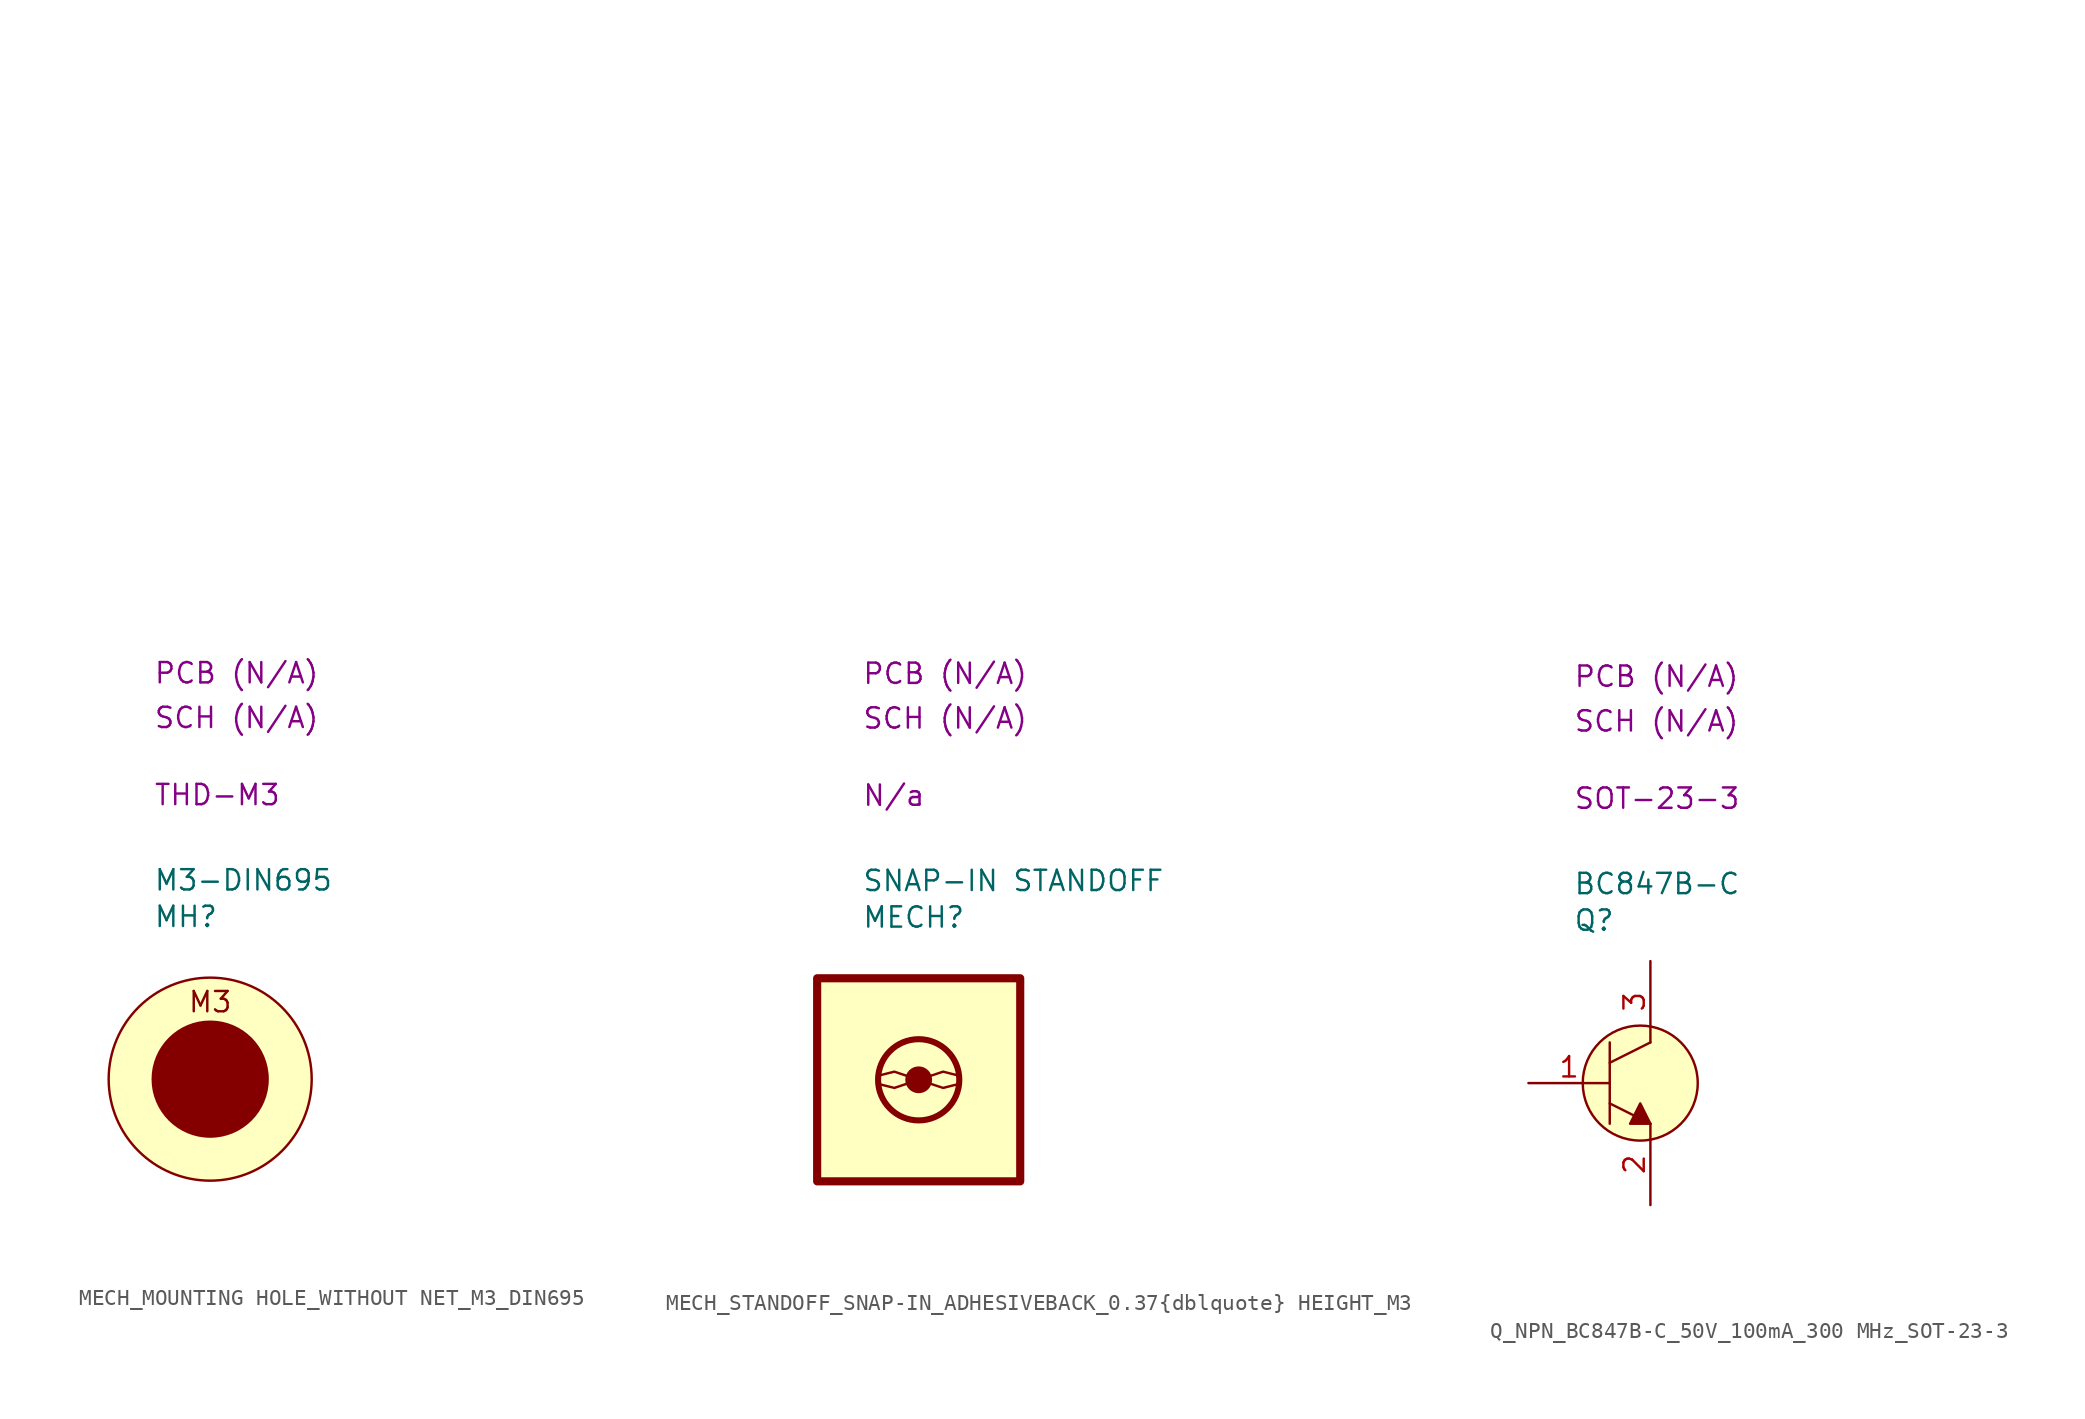
<source format=kicad_sym>
(kicad_symbol_lib
  (version 20231120)
  (generator "kicad_symbol_editor")
  (generator_version "8.0")
  (symbol "MECH_MOUNTING HOLE_WITHOUT NET_M3_DIN695"
    (property "Reference" "MH"
      (at 2.794 3.81 0)
      (effects (font (size 1.27 1.27)) (justify left)))
    (property "Value" "M3-DIN695"
      (at 2.794 6.096 0)
      (effects (font (size 1.27 1.27)) (justify left)))
    (property "Package" "THD-M3"
      (at 2.794 11.43 0)
      (effects (font (size 1.27 1.27)) (justify left)))
    (property "SCH CHECK" "SCH (N/A)"
      (at 2.794 16.256 0)
      (effects (font (size 1.27 1.27)) (justify left)))
    (property "PCB CHECk" "PCB (N/A)"
      (at 2.794 19.05 0)
      (effects (font (size 1.27 1.27)) (justify left)))
    (symbol "MECH_MOUNTING HOLE_WITHOUT NET_M3_DIN695_0_1"
      (polyline private (pts (xy 2.54 2.54) (xy 27.94 2.54)) (stroke (width 0) (type default)) (fill (type none)))
      (polyline private (pts (xy 2.54 5.08) (xy 27.94 5.08)) (stroke (width 0) (type default)) (fill (type none)))
      (polyline private (pts (xy 2.54 7.62) (xy 27.94 7.62)) (stroke (width 0) (type default)) (fill (type none)))
      (polyline private (pts (xy 2.54 10.16) (xy 27.94 10.16)) (stroke (width 0) (type default)) (fill (type none)))
      (polyline private (pts (xy 2.54 12.7) (xy 27.94 12.7)) (stroke (width 0) (type default)) (fill (type none)))
      (polyline private (pts (xy 2.54 15.24) (xy 27.94 15.24)) (stroke (width 0) (type default)) (fill (type none)))
      (polyline private (pts (xy 2.54 17.78) (xy 27.94 17.78)) (stroke (width 0) (type default)) (fill (type none)))
      (polyline private (pts (xy 2.54 20.32) (xy 27.94 20.32)) (stroke (width 0) (type default)) (fill (type none)))
      (polyline private (pts (xy 2.54 22.86) (xy 27.94 22.86)) (stroke (width 0) (type default)) (fill (type none)))
      (polyline private (pts (xy 2.54 25.4) (xy 27.94 25.4)) (stroke (width 0) (type default)) (fill (type none)))
      (polyline private (pts (xy 2.54 27.94) (xy 27.94 27.94)) (stroke (width 0) (type default)) (fill (type none)))
      (polyline private (pts (xy 2.54 30.48) (xy 27.94 30.48)) (stroke (width 0) (type default)) (fill (type none)))
      (polyline private (pts (xy 2.54 33.02) (xy 27.94 33.02)) (stroke (width 0) (type default)) (fill (type none)))
      (polyline private (pts (xy 2.54 35.56) (xy 27.94 35.56)) (stroke (width 0) (type default)) (fill (type none)))
      (polyline private (pts (xy 2.54 38.1) (xy 27.94 38.1)) (stroke (width 0) (type default)) (fill (type none)))
      (polyline private (pts (xy 2.54 40.64) (xy 27.94 40.64)) (stroke (width 0) (type default)) (fill (type none)))
      (polyline private (pts (xy 2.54 43.18) (xy 27.94 43.18)) (stroke (width 0) (type default)) (fill (type none)))
      (polyline private (pts (xy 2.54 45.72) (xy 27.94 45.72)) (stroke (width 0) (type default)) (fill (type none)))
      (polyline private (pts (xy 2.54 48.26) (xy 27.94 48.26)) (stroke (width 0) (type default)) (fill (type none)))
      (polyline private (pts (xy 2.54 50.8) (xy 27.94 50.8)) (stroke (width 0) (type default)) (fill (type none))))
    (symbol "MECH_MOUNTING HOLE_WITHOUT NET_M3_DIN695_1_1"
      (circle (center 6.35 -6.35) (radius 3.592) (stroke (width 0) (type default)) (fill (type outline)))
      (circle (center 6.35 -6.35) (radius 6.35) (stroke (width 0) (type default)) (fill (type background)))
      (text "M3" (at 6.35 -1.524 0) (effects (font (size 1.27 1.27))))))
  (symbol "MECH_STANDOFF_SNAP-IN_ADHESIVEBACK_0.37{dblquote} HEIGHT_M3"
    (property "Reference" "MECH"
      (at 2.794 3.81 0)
      (effects (font (size 1.27 1.27)) (justify left)))
    (property "Value" "SNAP-IN STANDOFF"
      (at 2.794 6.096 0)
      (effects (font (size 1.27 1.27)) (justify left)))
    (property "Package" "N/a"
      (at 2.794 11.43 0)
      (effects (font (size 1.27 1.27)) (justify left)))
    (property "SCH CHECK" "SCH (N/A)"
      (at 2.794 16.256 0)
      (effects (font (size 1.27 1.27)) (justify left)))
    (property "PCB CHECk" "PCB (N/A)"
      (at 2.794 19.05 0)
      (effects (font (size 1.27 1.27)) (justify left)))
    (symbol "MECH_STANDOFF_SNAP-IN_ADHESIVEBACK_0.37{dblquote} HEIGHT_M3_0_1"
      (polyline private (pts (xy 2.54 2.54) (xy 27.94 2.54)) (stroke (width 0) (type default)) (fill (type none)))
      (polyline private (pts (xy 2.54 5.08) (xy 27.94 5.08)) (stroke (width 0) (type default)) (fill (type none)))
      (polyline private (pts (xy 2.54 7.62) (xy 27.94 7.62)) (stroke (width 0) (type default)) (fill (type none)))
      (polyline private (pts (xy 2.54 10.16) (xy 27.94 10.16)) (stroke (width 0) (type default)) (fill (type none)))
      (polyline private (pts (xy 2.54 12.7) (xy 27.94 12.7)) (stroke (width 0) (type default)) (fill (type none)))
      (polyline private (pts (xy 2.54 15.24) (xy 27.94 15.24)) (stroke (width 0) (type default)) (fill (type none)))
      (polyline private (pts (xy 2.54 17.78) (xy 27.94 17.78)) (stroke (width 0) (type default)) (fill (type none)))
      (polyline private (pts (xy 2.54 20.32) (xy 27.94 20.32)) (stroke (width 0) (type default)) (fill (type none)))
      (polyline private (pts (xy 2.54 22.86) (xy 27.94 22.86)) (stroke (width 0) (type default)) (fill (type none)))
      (polyline private (pts (xy 2.54 25.4) (xy 27.94 25.4)) (stroke (width 0) (type default)) (fill (type none)))
      (polyline private (pts (xy 2.54 27.94) (xy 27.94 27.94)) (stroke (width 0) (type default)) (fill (type none)))
      (polyline private (pts (xy 2.54 30.48) (xy 27.94 30.48)) (stroke (width 0) (type default)) (fill (type none)))
      (polyline private (pts (xy 2.54 33.02) (xy 27.94 33.02)) (stroke (width 0) (type default)) (fill (type none)))
      (polyline private (pts (xy 2.54 35.56) (xy 27.94 35.56)) (stroke (width 0) (type default)) (fill (type none)))
      (polyline private (pts (xy 2.54 38.1) (xy 27.94 38.1)) (stroke (width 0) (type default)) (fill (type none)))
      (polyline private (pts (xy 2.54 40.64) (xy 27.94 40.64)) (stroke (width 0) (type default)) (fill (type none)))
      (polyline private (pts (xy 2.54 43.18) (xy 27.94 43.18)) (stroke (width 0) (type default)) (fill (type none)))
      (polyline private (pts (xy 2.54 45.72) (xy 27.94 45.72)) (stroke (width 0) (type default)) (fill (type none)))
      (polyline private (pts (xy 2.54 48.26) (xy 27.94 48.26)) (stroke (width 0) (type default)) (fill (type none)))
      (polyline private (pts (xy 2.54 50.8) (xy 27.94 50.8)) (stroke (width 0) (type default)) (fill (type none))))
    (symbol "MECH_STANDOFF_SNAP-IN_ADHESIVEBACK_0.37{dblquote} HEIGHT_M3_1_1"
      (polyline (pts (xy 5.588 -6.604) (xy 4.826 -6.858) (xy 3.81 -6.604)) (stroke (width 0) (type default)) (fill (type none)))
      (polyline (pts (xy 5.588 -6.096) (xy 4.826 -5.842) (xy 3.81 -6.096)) (stroke (width 0) (type default)) (fill (type none)))
      (polyline (pts (xy 7.112 -6.604) (xy 7.874 -6.858) (xy 8.89 -6.604)) (stroke (width 0) (type default)) (fill (type none)))
      (polyline (pts (xy 7.112 -6.096) (xy 7.874 -5.842) (xy 8.89 -6.096)) (stroke (width 0) (type default)) (fill (type none)))
      (rectangle (start 0 0) (end 12.7 -12.7) (stroke (width 0.508) (type default)) (fill (type background)))
      (circle (center 6.35 -6.35) (radius 0.762) (stroke (width 0) (type default)) (fill (type outline)))
      (circle (center 6.35 -6.35) (radius 2.54) (stroke (width 0.381) (type default)) (fill (type none)))))
  (symbol "Q_NPN_BC847B-C_50V_100mA_300 MHz_SOT-23-3"
    (property "Reference" "Q"
      (at 2.794 3.81 0)
      (effects (font (size 1.27 1.27)) (justify left)))
    (property "Value" "BC847B-C"
      (at 2.794 6.096 0)
      (effects (font (size 1.27 1.27)) (justify left)))
    (property "Package" "SOT-23-3"
      (at 2.794 11.43 0)
      (effects (font (size 1.27 1.27)) (justify left)))
    (property "SCH CHECK" "SCH (N/A)"
      (at 2.794 16.256 0)
      (effects (font (size 1.27 1.27)) (justify left)))
    (property "PCB CHECk" "PCB (N/A)"
      (at 2.794 19.05 0)
      (effects (font (size 1.27 1.27)) (justify left)))
    (symbol "Q_NPN_BC847B-C_50V_100mA_300 MHz_SOT-23-3_0_1"
      (polyline private (pts (xy 2.54 2.54) (xy 27.94 2.54)) (stroke (width 0) (type default)) (fill (type none)))
      (polyline private (pts (xy 2.54 5.08) (xy 27.94 5.08)) (stroke (width 0) (type default)) (fill (type none)))
      (polyline private (pts (xy 2.54 7.62) (xy 27.94 7.62)) (stroke (width 0) (type default)) (fill (type none)))
      (polyline private (pts (xy 2.54 10.16) (xy 27.94 10.16)) (stroke (width 0) (type default)) (fill (type none)))
      (polyline private (pts (xy 2.54 12.7) (xy 27.94 12.7)) (stroke (width 0) (type default)) (fill (type none)))
      (polyline private (pts (xy 2.54 15.24) (xy 27.94 15.24)) (stroke (width 0) (type default)) (fill (type none)))
      (polyline private (pts (xy 2.54 17.78) (xy 27.94 17.78)) (stroke (width 0) (type default)) (fill (type none)))
      (polyline private (pts (xy 2.54 20.32) (xy 27.94 20.32)) (stroke (width 0) (type default)) (fill (type none)))
      (polyline private (pts (xy 2.54 22.86) (xy 27.94 22.86)) (stroke (width 0) (type default)) (fill (type none)))
      (polyline private (pts (xy 2.54 25.4) (xy 27.94 25.4)) (stroke (width 0) (type default)) (fill (type none)))
      (polyline private (pts (xy 2.54 27.94) (xy 27.94 27.94)) (stroke (width 0) (type default)) (fill (type none)))
      (polyline private (pts (xy 2.54 30.48) (xy 27.94 30.48)) (stroke (width 0) (type default)) (fill (type none)))
      (polyline private (pts (xy 2.54 33.02) (xy 27.94 33.02)) (stroke (width 0) (type default)) (fill (type none)))
      (polyline private (pts (xy 2.54 35.56) (xy 27.94 35.56)) (stroke (width 0) (type default)) (fill (type none)))
      (polyline private (pts (xy 2.54 38.1) (xy 27.94 38.1)) (stroke (width 0) (type default)) (fill (type none)))
      (polyline private (pts (xy 2.54 40.64) (xy 27.94 40.64)) (stroke (width 0) (type default)) (fill (type none)))
      (polyline private (pts (xy 2.54 43.18) (xy 27.94 43.18)) (stroke (width 0) (type default)) (fill (type none)))
      (polyline private (pts (xy 2.54 45.72) (xy 27.94 45.72)) (stroke (width 0) (type default)) (fill (type none)))
      (polyline private (pts (xy 2.54 48.26) (xy 27.94 48.26)) (stroke (width 0) (type default)) (fill (type none)))
      (polyline private (pts (xy 2.54 50.8) (xy 27.94 50.8)) (stroke (width 0) (type default)) (fill (type none))))
    (symbol "Q_NPN_BC847B-C_50V_100mA_300 MHz_SOT-23-3_1_1"
      (polyline (pts (xy 5.08 -7.62) (xy 7.62 -8.89)) (stroke (width 0) (type default)) (fill (type none)))
      (polyline (pts (xy 5.08 -3.81) (xy 5.08 -8.89)) (stroke (width 0) (type default)) (fill (type none)))
      (polyline (pts (xy 7.62 -3.81) (xy 5.08 -5.08)) (stroke (width 0) (type default)) (fill (type none)))
      (polyline (pts (xy 6.985 -7.62) (xy 6.35 -8.89) (xy 7.62 -8.89) (xy 6.985 -7.62)) (stroke (width 0) (type default)) (fill (type outline)))
      (circle (center 6.985 -6.35) (radius 3.592) (stroke (width 0) (type default)) (fill (type background)))
      (pin passive line (at 0 -6.35 0) (length 5.08) (name "" (effects (font (size 1.27 1.27)))) (number "1" (effects (font (size 1.27 1.27)))))
      (pin passive line (at 7.62 -13.97 90) (length 5.08) (name "" (effects (font (size 1.27 1.27)))) (number "2" (effects (font (size 1.27 1.27)))))
      (pin passive line (at 7.62 1.27 270) (length 5.08) (name "" (effects (font (size 1.27 1.27)))) (number "3" (effects (font (size 1.27 1.27))))))))
</source>
